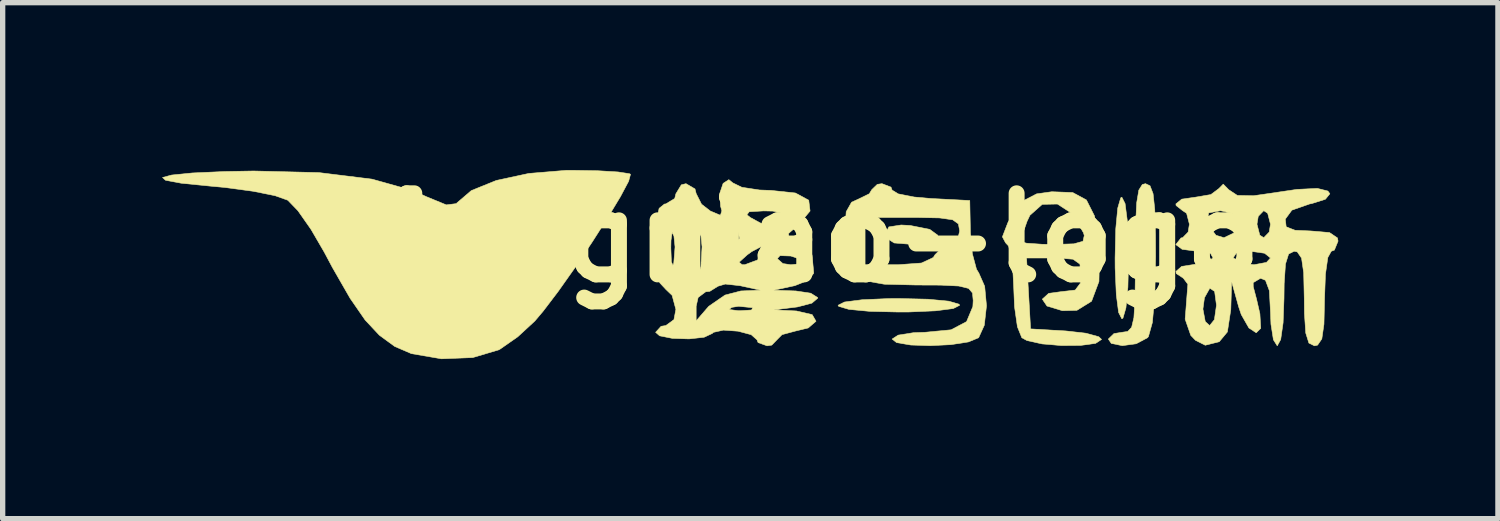
<source format=kicad_pcb>
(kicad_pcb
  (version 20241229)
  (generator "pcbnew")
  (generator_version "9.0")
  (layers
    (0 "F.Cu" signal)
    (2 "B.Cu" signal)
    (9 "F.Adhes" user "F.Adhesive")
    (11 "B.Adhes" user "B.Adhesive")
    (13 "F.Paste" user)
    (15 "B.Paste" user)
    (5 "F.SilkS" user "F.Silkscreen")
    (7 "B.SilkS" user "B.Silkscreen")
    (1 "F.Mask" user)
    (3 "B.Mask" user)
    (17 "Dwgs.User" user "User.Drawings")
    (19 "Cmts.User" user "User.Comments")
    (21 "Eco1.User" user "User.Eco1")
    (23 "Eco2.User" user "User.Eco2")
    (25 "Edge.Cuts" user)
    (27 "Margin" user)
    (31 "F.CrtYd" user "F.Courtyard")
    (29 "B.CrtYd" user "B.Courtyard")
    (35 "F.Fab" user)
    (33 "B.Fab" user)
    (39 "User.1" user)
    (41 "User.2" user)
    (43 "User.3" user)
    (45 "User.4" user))
  (footprint "fengniao-logo"
    (layer "F.Cu")
    (at 12.321 1.418)
    (property "Reference" "fengniao-logo" (at 0 0 0) (layer "F.SilkS") (effects (font (size 1.524 1.524) (thickness 0.3))))
    (attr through_hole)
    (fp_poly (pts (xy 1.736 -0.23) (xy 2.104 -0.157) (xy 2.258 -0.045) (xy 2.192 0.063) (xy 1.9 0.124) (xy 1.789 0.127) (xy 1.436 0.099) (xy 1.285 0.002) (xy 1.27 -0.071) (xy 1.335 -0.203) (xy 1.567 -0.239) (xy 1.736 -0.23)) (stroke (width 0.01) (type solid)) (fill yes) (layer "F.SilkS"))
    (fp_poly (pts (xy 2.072 1.156) (xy 2.462 1.193) (xy 2.654 1.249) (xy 2.667 1.27) (xy 2.547 1.331) (xy 2.215 1.374) (xy 1.713 1.396) (xy 1.524 1.397) (xy 0.976 1.384) (xy 0.586 1.347) (xy 0.394 1.291) (xy 0.381 1.27) (xy 0.501 1.209) (xy 0.833 1.166) (xy 1.335 1.144) (xy 1.524 1.143) (xy 2.072 1.156)) (stroke (width 0.01) (type solid)) (fill yes) (layer "F.SilkS"))
    (fp_poly (pts (xy 5.776 -0.642) (xy 5.819 -0.31) (xy 5.841 0.192) (xy 5.842 0.381) (xy 5.829 0.929) (xy 5.792 1.319) (xy 5.736 1.511) (xy 5.715 1.524) (xy 5.654 1.404) (xy 5.611 1.072) (xy 5.589 0.57) (xy 5.588 0.381) (xy 5.601 -0.167) (xy 5.638 -0.557) (xy 5.694 -0.749) (xy 5.715 -0.762) (xy 5.776 -0.642)) (stroke (width 0.01) (type solid)) (fill yes) (layer "F.SilkS"))
    (fp_poly (pts (xy 6.245 -0.976) (xy 6.302 -0.828) (xy 6.334 -0.532) (xy 6.348 -0.047) (xy 6.35 0.356) (xy 6.335 1.089) (xy 6.289 1.594) (xy 6.215 1.858) (xy 6.198 1.88) (xy 5.987 1.992) (xy 5.725 2.029) (xy 5.517 1.987) (xy 5.461 1.905) (xy 5.567 1.802) (xy 5.715 1.778) (xy 5.826 1.762) (xy 5.899 1.684) (xy 5.942 1.502) (xy 5.962 1.17) (xy 5.969 0.644) (xy 5.969 0.381) (xy 5.974 -0.244) (xy 5.994 -0.656) (xy 6.034 -0.894) (xy 6.1 -1) (xy 6.16 -1.016) (xy 6.245 -0.976)) (stroke (width 0.01) (type solid)) (fill yes) (layer "F.SilkS"))
    (fp_poly (pts (xy -4.138 -1.259) (xy -3.754 -1.236) (xy -3.54 -1.203) (xy -3.52 -1.192) (xy -3.555 -1.062) (xy -3.708 -0.774) (xy -3.948 -0.376) (xy -4.244 0.087) (xy -4.565 0.565) (xy -4.881 1.012) (xy -5.161 1.38) (xy -5.319 1.567) (xy -5.639 1.862) (xy -5.97 2.093) (xy -5.994 2.107) (xy -6.485 2.253) (xy -7.073 2.276) (xy -7.638 2.179) (xy -7.952 2.044) (xy -8.24 1.833) (xy -8.508 1.547) (xy -8.79 1.139) (xy -9.121 0.563) (xy -9.276 0.272) (xy -9.525 -0.156) (xy -9.771 -0.507) (xy -9.961 -0.704) (xy -9.963 -0.705) (xy -10.201 -0.79) (xy -10.62 -0.874) (xy -11.149 -0.945) (xy -11.43 -0.971) (xy -11.968 -1.025) (xy -12.26 -1.08) (xy -12.316 -1.132) (xy -12.144 -1.178) (xy -11.753 -1.217) (xy -11.151 -1.244) (xy -10.604 -1.254) (xy -9.377 -1.224) (xy -8.379 -1.101) (xy -7.604 -0.884) (xy -7.354 -0.77) (xy -6.982 -0.617) (xy -6.793 -0.641) (xy -6.784 -0.653) (xy -6.512 -0.886) (xy -6.043 -1.076) (xy -5.432 -1.208) (xy -4.732 -1.266) (xy -4.625 -1.267) (xy -4.138 -1.259)) (stroke (width 0.01) (type solid)) (fill yes) (layer "F.SilkS"))
    (fp_poly (pts (xy 4.792 -0.849) (xy 5.049 -0.71) (xy 5.202 -0.407) (xy 5.285 0.1) (xy 5.296 0.238) (xy 5.285 0.822) (xy 5.146 1.194) (xy 4.87 1.365) (xy 4.598 1.372) (xy 4.308 1.284) (xy 4.22 1.155) (xy 4.34 1.046) (xy 4.561 1.016) (xy 4.839 0.984) (xy 4.942 0.846) (xy 4.953 0.699) (xy 4.926 0.495) (xy 4.797 0.404) (xy 4.495 0.381) (xy 4.438 0.381) (xy 3.924 0.381) (xy 4 1.714) (xy 4.667 1.753) (xy 5.04 1.795) (xy 5.282 1.862) (xy 5.334 1.912) (xy 5.222 1.986) (xy 4.943 2.024) (xy 4.579 2.027) (xy 4.215 1.996) (xy 3.932 1.933) (xy 3.835 1.88) (xy 3.752 1.674) (xy 3.698 1.296) (xy 3.683 0.938) (xy 3.658 0.445) (xy 3.588 0.158) (xy 3.531 0.097) (xy 3.517 0.072) (xy 3.81 0.072) (xy 3.924 0.103) (xy 4.216 0.123) (xy 4.441 0.127) (xy 4.813 0.115) (xy 4.985 0.067) (xy 5.009 -0.041) (xy 4.993 -0.095) (xy 4.782 -0.452) (xy 4.504 -0.633) (xy 4.219 -0.627) (xy 3.987 -0.421) (xy 3.934 -0.309) (xy 3.843 -0.051) (xy 3.81 0.072) (xy 3.517 0.072) (xy 3.47 -0.016) (xy 3.572 -0.281) (xy 3.632 -0.389) (xy 3.85 -0.688) (xy 4.113 -0.824) (xy 4.399 -0.864) (xy 4.792 -0.849)) (stroke (width 0.01) (type solid)) (fill yes) (layer "F.SilkS"))
    (fp_poly (pts (xy 1.376 -0.951) (xy 1.397 -0.895) (xy 1.512 -0.824) (xy 1.81 -0.765) (xy 2.127 -0.737) (xy 2.857 -0.699) (xy 2.869 -0.09) (xy 2.905 0.301) (xy 2.983 0.592) (xy 3.028 0.666) (xy 3.137 0.913) (xy 3.171 1.28) (xy 3.13 1.645) (xy 3.023 1.88) (xy 2.832 1.959) (xy 2.503 2.01) (xy 2.115 2.029) (xy 1.748 2.017) (xy 1.482 1.972) (xy 1.397 1.905) (xy 1.511 1.831) (xy 1.801 1.785) (xy 2.007 1.778) (xy 2.505 1.731) (xy 2.797 1.577) (xy 2.915 1.294) (xy 2.921 1.181) (xy 2.908 1.039) (xy 2.835 0.953) (xy 2.651 0.908) (xy 2.307 0.891) (xy 1.846 0.889) (xy 1.249 0.874) (xy 0.861 0.805) (xy 0.638 0.65) (xy 0.535 0.373) (xy 0.508 -0.058) (xy 0.508 -0.131) (xy 0.527 -0.381) (xy 0.889 -0.381) (xy 0.889 0.508) (xy 1.51 0.508) (xy 1.948 0.476) (xy 2.171 0.372) (xy 2.205 0.318) (xy 2.375 0.149) (xy 2.473 0.127) (xy 2.632 0.021) (xy 2.667 -0.127) (xy 2.643 -0.26) (xy 2.535 -0.337) (xy 2.288 -0.372) (xy 1.849 -0.381) (xy 1.778 -0.381) (xy 0.889 -0.381) (xy 0.527 -0.381) (xy 0.534 -0.488) (xy 0.635 -0.667) (xy 0.762 -0.725) (xy 0.968 -0.826) (xy 1.016 -0.904) (xy 1.119 -1.003) (xy 1.206 -1.016) (xy 1.376 -0.951)) (stroke (width 0.01) (type solid)) (fill yes) (layer "F.SilkS"))
    (fp_poly (pts (xy 7.724 -0.902) (xy 7.886 -0.795) (xy 8.19 -0.789) (xy 8.401 -0.819) (xy 9.004 -0.908) (xy 9.39 -0.927) (xy 9.588 -0.877) (xy 9.625 -0.826) (xy 9.541 -0.723) (xy 9.286 -0.642) (xy 9.246 -0.635) (xy 8.911 -0.518) (xy 8.787 -0.349) (xy 8.804 -0.205) (xy 8.969 -0.14) (xy 9.262 -0.127) (xy 9.618 -0.097) (xy 9.768 0.004) (xy 9.779 0.064) (xy 9.71 0.233) (xy 9.652 0.254) (xy 9.587 0.371) (xy 9.542 0.686) (xy 9.525 1.142) (xy 9.525 1.143) (xy 9.514 1.626) (xy 9.474 1.902) (xy 9.394 2.019) (xy 9.335 2.032) (xy 9.231 1.98) (xy 9.172 1.792) (xy 9.147 1.421) (xy 9.144 1.143) (xy 9.133 0.66) (xy 9.093 0.384) (xy 9.013 0.267) (xy 8.954 0.254) (xy 8.85 0.306) (xy 8.791 0.494) (xy 8.766 0.865) (xy 8.763 1.143) (xy 8.746 1.599) (xy 8.701 1.914) (xy 8.636 2.032) (xy 8.636 2.032) (xy 8.564 1.918) (xy 8.518 1.626) (xy 8.509 1.397) (xy 8.488 0.995) (xy 8.415 0.8) (xy 8.322 0.762) (xy 8.184 0.845) (xy 8.185 0.921) (xy 8.248 1.159) (xy 8.31 1.429) (xy 8.326 1.703) (xy 8.241 1.787) (xy 8.103 1.696) (xy 7.96 1.445) (xy 7.912 1.302) (xy 7.779 0.826) (xy 7.763 1.352) (xy 7.699 1.771) (xy 7.546 1.955) (xy 7.283 2.021) (xy 7.099 1.928) (xy 7.011 1.836) (xy 6.905 1.531) (xy 6.92 1.341) (xy 7.239 1.341) (xy 7.283 1.576) (xy 7.366 1.651) (xy 7.455 1.54) (xy 7.493 1.273) (xy 7.493 1.263) (xy 7.459 1.009) (xy 7.37 0.95) (xy 7.366 0.953) (xy 7.268 1.128) (xy 7.239 1.341) (xy 6.92 1.341) (xy 6.93 1.206) (xy 6.956 0.875) (xy 6.872 0.762) (xy 6.872 0.762) (xy 6.738 0.673) (xy 6.731 0.635) (xy 6.839 0.539) (xy 7.041 0.508) (xy 7.31 0.461) (xy 7.429 0.381) (xy 7.427 0.377) (xy 7.808 0.377) (xy 7.811 0.381) (xy 7.986 0.479) (xy 8.199 0.508) (xy 8.434 0.464) (xy 8.509 0.381) (xy 8.398 0.292) (xy 8.131 0.254) (xy 8.121 0.254) (xy 7.867 0.288) (xy 7.808 0.377) (xy 7.427 0.377) (xy 7.38 0.291) (xy 7.133 0.254) (xy 7.119 0.254) (xy 6.849 0.218) (xy 6.731 0.131) (xy 6.731 0.127) (xy 6.828 0.004) (xy 6.858 0) (xy 6.961 -0.106) (xy 6.985 -0.254) (xy 6.973 -0.301) (xy 7.318 -0.301) (xy 7.329 -0.254) (xy 7.484 -0.046) (xy 7.635 0) (xy 7.836 -0.097) (xy 7.874 -0.254) (xy 8.255 -0.254) (xy 8.308 -0.048) (xy 8.382 0) (xy 8.485 -0.106) (xy 8.509 -0.254) (xy 8.456 -0.46) (xy 8.382 -0.508) (xy 8.279 -0.402) (xy 8.255 -0.254) (xy 7.874 -0.254) (xy 7.796 -0.456) (xy 7.568 -0.508) (xy 7.347 -0.466) (xy 7.318 -0.301) (xy 6.973 -0.301) (xy 6.932 -0.46) (xy 6.858 -0.508) (xy 6.735 -0.605) (xy 6.731 -0.635) (xy 6.841 -0.725) (xy 7.101 -0.762) (xy 7.388 -0.811) (xy 7.536 -0.921) (xy 7.621 -1.007) (xy 7.724 -0.902)) (stroke (width 0.01) (type solid)) (fill yes) (layer "F.SilkS"))
    (fp_poly (pts (xy -1.596 -1.03) (xy -1.428 -0.948) (xy -1.097 -0.897) (xy -0.878 -0.889) (xy -0.419 -0.84) (xy -0.17 -0.705) (xy -0.145 -0.502) (xy -0.358 -0.247) (xy -0.362 -0.244) (xy -0.55 -0.079) (xy -0.544 0.002) (xy -0.384 0.063) (xy -0.167 0.205) (xy -0.108 0.326) (xy -0.081 0.606) (xy -0.076 0.666) (xy -0.176 0.799) (xy -0.436 0.903) (xy -0.445 0.904) (xy -0.826 0.986) (xy -0.413 1.001) (xy -0.132 1.043) (xy -0.001 1.126) (xy 0 1.135) (xy -0.111 1.23) (xy -0.382 1.301) (xy -0.413 1.305) (xy -0.826 1.356) (xy -0.402 1.377) (xy -0.106 1.445) (xy -0.033 1.57) (xy -0.179 1.696) (xy -0.423 1.755) (xy -0.672 1.822) (xy -0.762 1.913) (xy -0.865 2.019) (xy -0.953 2.032) (xy -1.122 1.971) (xy -1.143 1.919) (xy -1.251 1.823) (xy -1.499 1.757) (xy -1.774 1.737) (xy -1.963 1.779) (xy -1.982 1.799) (xy -2.137 1.871) (xy -2.42 1.902) (xy -2.732 1.892) (xy -2.973 1.844) (xy -3.048 1.778) (xy -2.945 1.665) (xy -2.857 1.651) (xy -2.704 1.541) (xy -2.667 1.347) (xy -2.683 1.289) (xy -2.286 1.289) (xy -2.286 1.563) (xy -2.101 1.349) (xy -1.669 1.349) (xy -1.5 1.371) (xy -1.46 1.372) (xy -1.244 1.359) (xy -1.225 1.319) (xy -1.236 1.314) (xy -1.488 1.289) (xy -1.617 1.309) (xy -1.669 1.349) (xy -2.101 1.349) (xy -2.049 1.289) (xy -1.743 1.078) (xy -1.446 1.001) (xy -1.079 0.986) (xy -1.46 0.902) (xy -1.739 0.871) (xy -1.883 0.914) (xy -1.884 0.917) (xy -2.03 1.008) (xy -2.106 1.016) (xy -2.249 1.123) (xy -2.286 1.289) (xy -2.683 1.289) (xy -2.738 1.084) (xy -2.857 0.97) (xy -2.973 0.845) (xy -3.033 0.551) (xy -3.046 0.191) (xy -2.762 0.191) (xy -2.752 0.452) (xy -2.723 0.519) (xy -2.707 0.478) (xy -2.689 0.254) (xy -2.251 0.254) (xy -2.242 0.529) (xy -2.216 0.604) (xy -2.196 0.54) (xy -2.192 0.46) (xy -1.479 0.46) (xy -1.424 0.506) (xy -1.373 0.508) (xy -1.129 0.417) (xy -1.101 0.393) (xy -0.762 0.393) (xy -0.656 0.486) (xy -0.508 0.508) (xy -0.301 0.488) (xy -0.254 0.459) (xy -0.359 0.393) (xy -0.508 0.344) (xy -0.711 0.337) (xy -0.762 0.393) (xy -1.101 0.393) (xy -1.016 0.318) (xy -0.933 0.164) (xy -1.023 0.146) (xy -1.242 0.261) (xy -1.326 0.322) (xy -1.479 0.46) (xy -2.192 0.46) (xy -2.175 0.17) (xy -2.196 -0.032) (xy -2.211 -0.06) (xy -1.778 -0.06) (xy -1.698 0.108) (xy -1.537 0.09) (xy -1.469 0.013) (xy -1.503 -0.121) (xy -1.588 -0.173) (xy -1.752 -0.153) (xy -1.778 -0.06) (xy -2.211 -0.06) (xy -2.228 -0.092) (xy -2.248 0.068) (xy -2.251 0.254) (xy -2.689 0.254) (xy -2.683 0.173) (xy -2.704 -0.03) (xy -2.738 -0.101) (xy -2.759 0.052) (xy -2.762 0.191) (xy -3.046 0.191) (xy -3.048 0.131) (xy -3.034 -0.313) (xy -2.982 -0.552) (xy -2.882 -0.633) (xy -2.857 -0.635) (xy -2.689 -0.737) (xy -2.667 -0.826) (xy -2.565 -0.994) (xy -2.477 -1.016) (xy -2.308 -0.917) (xy -2.286 -0.83) (xy -2.185 -0.63) (xy -2.02 -0.502) (xy -1.83 -0.422) (xy -1.827 -0.431) (xy -1.332 -0.431) (xy -1.27 -0.381) (xy -1.075 -0.275) (xy -1.016 -0.258) (xy -0.868 -0.318) (xy -0.762 -0.381) (xy -0.693 -0.463) (xy -0.841 -0.5) (xy -1.016 -0.504) (xy -1.289 -0.488) (xy -1.332 -0.431) (xy -1.827 -0.431) (xy -1.803 -0.505) (xy -1.827 -0.592) (xy -1.844 -0.829) (xy -1.779 -1.021) (xy -1.672 -1.091) (xy -1.596 -1.03)) (stroke (width 0.01) (type solid)) (fill yes) (layer "F.SilkS")))
  (gr_rect
    (start -3 -3)
    (end 25.105 6.699)
    (stroke (width 0.1) (type default))
    (fill no)
    (layer "Edge.Cuts")))
</source>
